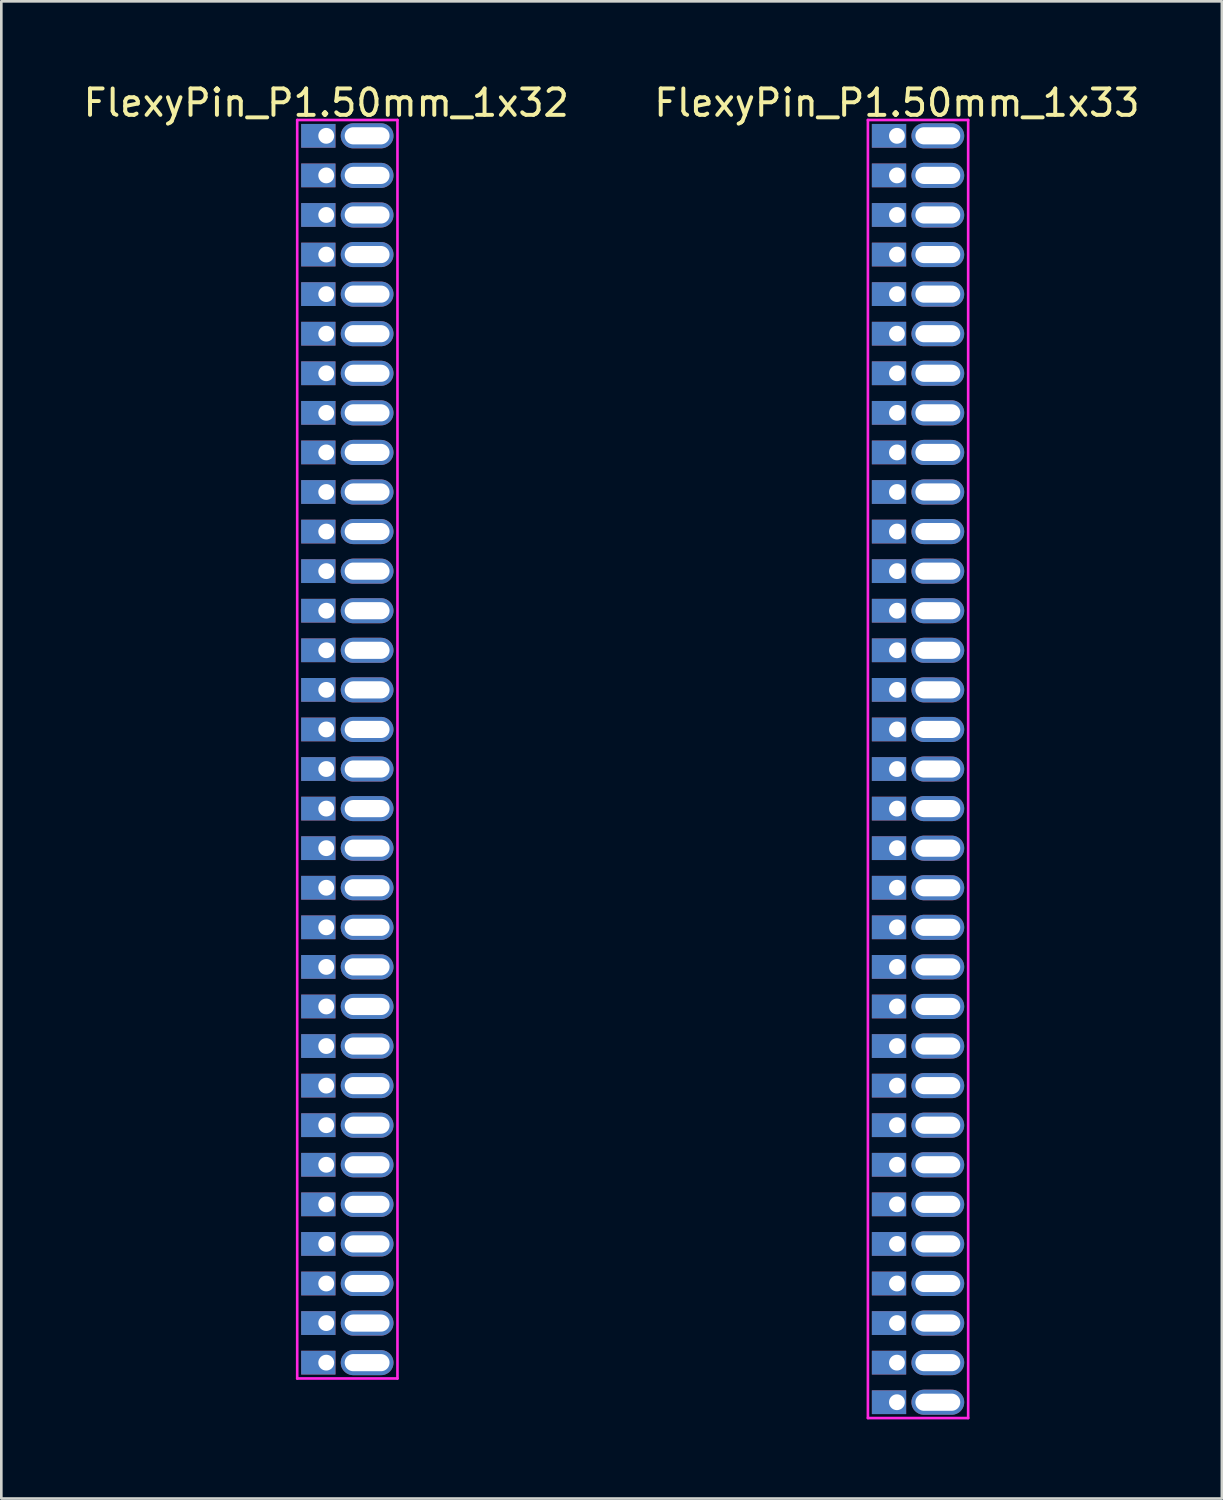
<source format=kicad_pcb>
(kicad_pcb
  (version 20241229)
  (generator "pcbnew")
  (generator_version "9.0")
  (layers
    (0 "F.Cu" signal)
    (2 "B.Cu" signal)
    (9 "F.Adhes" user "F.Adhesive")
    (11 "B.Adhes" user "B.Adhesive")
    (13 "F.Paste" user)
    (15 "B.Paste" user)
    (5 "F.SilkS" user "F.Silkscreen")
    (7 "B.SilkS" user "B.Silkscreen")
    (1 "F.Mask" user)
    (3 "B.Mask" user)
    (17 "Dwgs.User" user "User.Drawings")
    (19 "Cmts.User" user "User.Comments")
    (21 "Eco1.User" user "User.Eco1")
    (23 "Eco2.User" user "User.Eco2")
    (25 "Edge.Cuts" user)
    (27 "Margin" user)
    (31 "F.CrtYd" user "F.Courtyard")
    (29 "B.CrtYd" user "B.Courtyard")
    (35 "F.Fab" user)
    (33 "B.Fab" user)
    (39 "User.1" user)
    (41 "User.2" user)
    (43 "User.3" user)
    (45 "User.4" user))
  (footprint "FlexyPin_P1.50mm_1x32"
    (layer "F.Cu")
    (at 9.315 2.098)
    (property "Reference" "FlexyPin_P1.50mm_1x32" (at 0 -1.25 0) (layer "F.SilkS") (effects (font (size 1 1) (thickness 0.15))))
    (attr through_hole)
    (fp_line (start -1.1 -0.6) (end 2.7 -0.6) (stroke (width 0.1) (type solid)) (layer "F.CrtYd"))
    (fp_line (start -1.1 47.1) (end -1.1 -0.6) (stroke (width 0.1) (type solid)) (layer "F.CrtYd"))
    (fp_line (start 2.7 -0.6) (end 2.7 47.1) (stroke (width 0.1) (type solid)) (layer "F.CrtYd"))
    (fp_line (start 2.7 47.1) (end -1.1 47.1) (stroke (width 0.1) (type solid)) (layer "F.CrtYd"))
    (pad "" thru_hole oval (at 1.55 0) (size 2 0.95) (drill oval 1.7 0.65) (layers "*.Cu" "*.Mask"))
    (pad "" thru_hole oval (at 1.55 1.5) (size 2 0.95) (drill oval 1.7 0.65) (layers "*.Cu" "*.Mask"))
    (pad "" thru_hole oval (at 1.55 3) (size 2 0.95) (drill oval 1.7 0.65) (layers "*.Cu" "*.Mask"))
    (pad "" thru_hole oval (at 1.55 4.5) (size 2 0.95) (drill oval 1.7 0.65) (layers "*.Cu" "*.Mask"))
    (pad "" thru_hole oval (at 1.55 6) (size 2 0.95) (drill oval 1.7 0.65) (layers "*.Cu" "*.Mask"))
    (pad "" thru_hole oval (at 1.55 7.5) (size 2 0.95) (drill oval 1.7 0.65) (layers "*.Cu" "*.Mask"))
    (pad "" thru_hole oval (at 1.55 9) (size 2 0.95) (drill oval 1.7 0.65) (layers "*.Cu" "*.Mask"))
    (pad "" thru_hole oval (at 1.55 10.5) (size 2 0.95) (drill oval 1.7 0.65) (layers "*.Cu" "*.Mask"))
    (pad "" thru_hole oval (at 1.55 12) (size 2 0.95) (drill oval 1.7 0.65) (layers "*.Cu" "*.Mask"))
    (pad "" thru_hole oval (at 1.55 13.5) (size 2 0.95) (drill oval 1.7 0.65) (layers "*.Cu" "*.Mask"))
    (pad "" thru_hole oval (at 1.55 15) (size 2 0.95) (drill oval 1.7 0.65) (layers "*.Cu" "*.Mask"))
    (pad "" thru_hole oval (at 1.55 16.5) (size 2 0.95) (drill oval 1.7 0.65) (layers "*.Cu" "*.Mask"))
    (pad "" thru_hole oval (at 1.55 18) (size 2 0.95) (drill oval 1.7 0.65) (layers "*.Cu" "*.Mask"))
    (pad "" thru_hole oval (at 1.55 19.5) (size 2 0.95) (drill oval 1.7 0.65) (layers "*.Cu" "*.Mask"))
    (pad "" thru_hole oval (at 1.55 21) (size 2 0.95) (drill oval 1.7 0.65) (layers "*.Cu" "*.Mask"))
    (pad "" thru_hole oval (at 1.55 22.5) (size 2 0.95) (drill oval 1.7 0.65) (layers "*.Cu" "*.Mask"))
    (pad "" thru_hole oval (at 1.55 24) (size 2 0.95) (drill oval 1.7 0.65) (layers "*.Cu" "*.Mask"))
    (pad "" thru_hole oval (at 1.55 25.5) (size 2 0.95) (drill oval 1.7 0.65) (layers "*.Cu" "*.Mask"))
    (pad "" thru_hole oval (at 1.55 27) (size 2 0.95) (drill oval 1.7 0.65) (layers "*.Cu" "*.Mask"))
    (pad "" thru_hole oval (at 1.55 28.5) (size 2 0.95) (drill oval 1.7 0.65) (layers "*.Cu" "*.Mask"))
    (pad "" thru_hole oval (at 1.55 30) (size 2 0.95) (drill oval 1.7 0.65) (layers "*.Cu" "*.Mask"))
    (pad "" thru_hole oval (at 1.55 31.5) (size 2 0.95) (drill oval 1.7 0.65) (layers "*.Cu" "*.Mask"))
    (pad "" thru_hole oval (at 1.55 33) (size 2 0.95) (drill oval 1.7 0.65) (layers "*.Cu" "*.Mask"))
    (pad "" thru_hole oval (at 1.55 34.5) (size 2 0.95) (drill oval 1.7 0.65) (layers "*.Cu" "*.Mask"))
    (pad "" thru_hole oval (at 1.55 36) (size 2 0.95) (drill oval 1.7 0.65) (layers "*.Cu" "*.Mask"))
    (pad "" thru_hole oval (at 1.55 37.5) (size 2 0.95) (drill oval 1.7 0.65) (layers "*.Cu" "*.Mask"))
    (pad "" thru_hole oval (at 1.55 39) (size 2 0.95) (drill oval 1.7 0.65) (layers "*.Cu" "*.Mask"))
    (pad "" thru_hole oval (at 1.55 40.5) (size 2 0.95) (drill oval 1.7 0.65) (layers "*.Cu" "*.Mask"))
    (pad "" thru_hole oval (at 1.55 42) (size 2 0.95) (drill oval 1.7 0.65) (layers "*.Cu" "*.Mask"))
    (pad "" thru_hole oval (at 1.55 43.5) (size 2 0.95) (drill oval 1.7 0.65) (layers "*.Cu" "*.Mask"))
    (pad "" thru_hole oval (at 1.55 45) (size 2 0.95) (drill oval 1.7 0.65) (layers "*.Cu" "*.Mask"))
    (pad "" thru_hole oval (at 1.55 46.5) (size 2 0.95) (drill oval 1.7 0.65) (layers "*.Cu" "*.Mask"))
    (pad "1" thru_hole rect (at 0 0) (size 1.3 0.9) (drill 0.6 (offset -0.3 0)) (layers "*.Cu" "*.Mask"))
    (pad "2" thru_hole rect (at 0 1.5) (size 1.3 0.9) (drill 0.6 (offset -0.3 0)) (layers "*.Cu" "*.Mask"))
    (pad "3" thru_hole rect (at 0 3) (size 1.3 0.9) (drill 0.6 (offset -0.3 0)) (layers "*.Cu" "*.Mask"))
    (pad "4" thru_hole rect (at 0 4.5) (size 1.3 0.9) (drill 0.6 (offset -0.3 0)) (layers "*.Cu" "*.Mask"))
    (pad "5" thru_hole rect (at 0 6) (size 1.3 0.9) (drill 0.6 (offset -0.3 0)) (layers "*.Cu" "*.Mask"))
    (pad "6" thru_hole rect (at 0 7.5) (size 1.3 0.9) (drill 0.6 (offset -0.3 0)) (layers "*.Cu" "*.Mask"))
    (pad "7" thru_hole rect (at 0 9) (size 1.3 0.9) (drill 0.6 (offset -0.3 0)) (layers "*.Cu" "*.Mask"))
    (pad "8" thru_hole rect (at 0 10.5) (size 1.3 0.9) (drill 0.6 (offset -0.3 0)) (layers "*.Cu" "*.Mask"))
    (pad "9" thru_hole rect (at 0 12) (size 1.3 0.9) (drill 0.6 (offset -0.3 0)) (layers "*.Cu" "*.Mask"))
    (pad "10" thru_hole rect (at 0 13.5) (size 1.3 0.9) (drill 0.6 (offset -0.3 0)) (layers "*.Cu" "*.Mask"))
    (pad "11" thru_hole rect (at 0 15) (size 1.3 0.9) (drill 0.6 (offset -0.3 0)) (layers "*.Cu" "*.Mask"))
    (pad "12" thru_hole rect (at 0 16.5) (size 1.3 0.9) (drill 0.6 (offset -0.3 0)) (layers "*.Cu" "*.Mask"))
    (pad "13" thru_hole rect (at 0 18) (size 1.3 0.9) (drill 0.6 (offset -0.3 0)) (layers "*.Cu" "*.Mask"))
    (pad "14" thru_hole rect (at 0 19.5) (size 1.3 0.9) (drill 0.6 (offset -0.3 0)) (layers "*.Cu" "*.Mask"))
    (pad "15" thru_hole rect (at 0 21) (size 1.3 0.9) (drill 0.6 (offset -0.3 0)) (layers "*.Cu" "*.Mask"))
    (pad "16" thru_hole rect (at 0 22.5) (size 1.3 0.9) (drill 0.6 (offset -0.3 0)) (layers "*.Cu" "*.Mask"))
    (pad "17" thru_hole rect (at 0 24) (size 1.3 0.9) (drill 0.6 (offset -0.3 0)) (layers "*.Cu" "*.Mask"))
    (pad "18" thru_hole rect (at 0 25.5) (size 1.3 0.9) (drill 0.6 (offset -0.3 0)) (layers "*.Cu" "*.Mask"))
    (pad "19" thru_hole rect (at 0 27) (size 1.3 0.9) (drill 0.6 (offset -0.3 0)) (layers "*.Cu" "*.Mask"))
    (pad "20" thru_hole rect (at 0 28.5) (size 1.3 0.9) (drill 0.6 (offset -0.3 0)) (layers "*.Cu" "*.Mask"))
    (pad "21" thru_hole rect (at 0 30) (size 1.3 0.9) (drill 0.6 (offset -0.3 0)) (layers "*.Cu" "*.Mask"))
    (pad "22" thru_hole rect (at 0 31.5) (size 1.3 0.9) (drill 0.6 (offset -0.3 0)) (layers "*.Cu" "*.Mask"))
    (pad "23" thru_hole rect (at 0 33) (size 1.3 0.9) (drill 0.6 (offset -0.3 0)) (layers "*.Cu" "*.Mask"))
    (pad "24" thru_hole rect (at 0 34.5) (size 1.3 0.9) (drill 0.6 (offset -0.3 0)) (layers "*.Cu" "*.Mask"))
    (pad "25" thru_hole rect (at 0 36) (size 1.3 0.9) (drill 0.6 (offset -0.3 0)) (layers "*.Cu" "*.Mask"))
    (pad "26" thru_hole rect (at 0 37.5) (size 1.3 0.9) (drill 0.6 (offset -0.3 0)) (layers "*.Cu" "*.Mask"))
    (pad "27" thru_hole rect (at 0 39) (size 1.3 0.9) (drill 0.6 (offset -0.3 0)) (layers "*.Cu" "*.Mask"))
    (pad "28" thru_hole rect (at 0 40.5) (size 1.3 0.9) (drill 0.6 (offset -0.3 0)) (layers "*.Cu" "*.Mask"))
    (pad "29" thru_hole rect (at 0 42) (size 1.3 0.9) (drill 0.6 (offset -0.3 0)) (layers "*.Cu" "*.Mask"))
    (pad "30" thru_hole rect (at 0 43.5) (size 1.3 0.9) (drill 0.6 (offset -0.3 0)) (layers "*.Cu" "*.Mask"))
    (pad "31" thru_hole rect (at 0 45) (size 1.3 0.9) (drill 0.6 (offset -0.3 0)) (layers "*.Cu" "*.Mask"))
    (pad "32" thru_hole rect (at 0 46.5) (size 1.3 0.9) (drill 0.6 (offset -0.3 0)) (layers "*.Cu" "*.Mask")))
  (footprint "FlexyPin_P1.50mm_1x33"
    (layer "F.Cu")
    (at 30.946 2.098)
    (property "Reference" "FlexyPin_P1.50mm_1x33" (at 0 -1.25 0) (layer "F.SilkS") (effects (font (size 1 1) (thickness 0.15))))
    (attr through_hole)
    (fp_line (start -1.1 -0.6) (end 2.7 -0.6) (stroke (width 0.1) (type solid)) (layer "F.CrtYd"))
    (fp_line (start -1.1 48.6) (end -1.1 -0.6) (stroke (width 0.1) (type solid)) (layer "F.CrtYd"))
    (fp_line (start 2.7 -0.6) (end 2.7 48.6) (stroke (width 0.1) (type solid)) (layer "F.CrtYd"))
    (fp_line (start 2.7 48.6) (end -1.1 48.6) (stroke (width 0.1) (type solid)) (layer "F.CrtYd"))
    (pad "" thru_hole oval (at 1.55 0) (size 2 0.95) (drill oval 1.7 0.65) (layers "*.Cu" "*.Mask"))
    (pad "" thru_hole oval (at 1.55 1.5) (size 2 0.95) (drill oval 1.7 0.65) (layers "*.Cu" "*.Mask"))
    (pad "" thru_hole oval (at 1.55 3) (size 2 0.95) (drill oval 1.7 0.65) (layers "*.Cu" "*.Mask"))
    (pad "" thru_hole oval (at 1.55 4.5) (size 2 0.95) (drill oval 1.7 0.65) (layers "*.Cu" "*.Mask"))
    (pad "" thru_hole oval (at 1.55 6) (size 2 0.95) (drill oval 1.7 0.65) (layers "*.Cu" "*.Mask"))
    (pad "" thru_hole oval (at 1.55 7.5) (size 2 0.95) (drill oval 1.7 0.65) (layers "*.Cu" "*.Mask"))
    (pad "" thru_hole oval (at 1.55 9) (size 2 0.95) (drill oval 1.7 0.65) (layers "*.Cu" "*.Mask"))
    (pad "" thru_hole oval (at 1.55 10.5) (size 2 0.95) (drill oval 1.7 0.65) (layers "*.Cu" "*.Mask"))
    (pad "" thru_hole oval (at 1.55 12) (size 2 0.95) (drill oval 1.7 0.65) (layers "*.Cu" "*.Mask"))
    (pad "" thru_hole oval (at 1.55 13.5) (size 2 0.95) (drill oval 1.7 0.65) (layers "*.Cu" "*.Mask"))
    (pad "" thru_hole oval (at 1.55 15) (size 2 0.95) (drill oval 1.7 0.65) (layers "*.Cu" "*.Mask"))
    (pad "" thru_hole oval (at 1.55 16.5) (size 2 0.95) (drill oval 1.7 0.65) (layers "*.Cu" "*.Mask"))
    (pad "" thru_hole oval (at 1.55 18) (size 2 0.95) (drill oval 1.7 0.65) (layers "*.Cu" "*.Mask"))
    (pad "" thru_hole oval (at 1.55 19.5) (size 2 0.95) (drill oval 1.7 0.65) (layers "*.Cu" "*.Mask"))
    (pad "" thru_hole oval (at 1.55 21) (size 2 0.95) (drill oval 1.7 0.65) (layers "*.Cu" "*.Mask"))
    (pad "" thru_hole oval (at 1.55 22.5) (size 2 0.95) (drill oval 1.7 0.65) (layers "*.Cu" "*.Mask"))
    (pad "" thru_hole oval (at 1.55 24) (size 2 0.95) (drill oval 1.7 0.65) (layers "*.Cu" "*.Mask"))
    (pad "" thru_hole oval (at 1.55 25.5) (size 2 0.95) (drill oval 1.7 0.65) (layers "*.Cu" "*.Mask"))
    (pad "" thru_hole oval (at 1.55 27) (size 2 0.95) (drill oval 1.7 0.65) (layers "*.Cu" "*.Mask"))
    (pad "" thru_hole oval (at 1.55 28.5) (size 2 0.95) (drill oval 1.7 0.65) (layers "*.Cu" "*.Mask"))
    (pad "" thru_hole oval (at 1.55 30) (size 2 0.95) (drill oval 1.7 0.65) (layers "*.Cu" "*.Mask"))
    (pad "" thru_hole oval (at 1.55 31.5) (size 2 0.95) (drill oval 1.7 0.65) (layers "*.Cu" "*.Mask"))
    (pad "" thru_hole oval (at 1.55 33) (size 2 0.95) (drill oval 1.7 0.65) (layers "*.Cu" "*.Mask"))
    (pad "" thru_hole oval (at 1.55 34.5) (size 2 0.95) (drill oval 1.7 0.65) (layers "*.Cu" "*.Mask"))
    (pad "" thru_hole oval (at 1.55 36) (size 2 0.95) (drill oval 1.7 0.65) (layers "*.Cu" "*.Mask"))
    (pad "" thru_hole oval (at 1.55 37.5) (size 2 0.95) (drill oval 1.7 0.65) (layers "*.Cu" "*.Mask"))
    (pad "" thru_hole oval (at 1.55 39) (size 2 0.95) (drill oval 1.7 0.65) (layers "*.Cu" "*.Mask"))
    (pad "" thru_hole oval (at 1.55 40.5) (size 2 0.95) (drill oval 1.7 0.65) (layers "*.Cu" "*.Mask"))
    (pad "" thru_hole oval (at 1.55 42) (size 2 0.95) (drill oval 1.7 0.65) (layers "*.Cu" "*.Mask"))
    (pad "" thru_hole oval (at 1.55 43.5) (size 2 0.95) (drill oval 1.7 0.65) (layers "*.Cu" "*.Mask"))
    (pad "" thru_hole oval (at 1.55 45) (size 2 0.95) (drill oval 1.7 0.65) (layers "*.Cu" "*.Mask"))
    (pad "" thru_hole oval (at 1.55 46.5) (size 2 0.95) (drill oval 1.7 0.65) (layers "*.Cu" "*.Mask"))
    (pad "" thru_hole oval (at 1.55 48) (size 2 0.95) (drill oval 1.7 0.65) (layers "*.Cu" "*.Mask"))
    (pad "1" thru_hole rect (at 0 0) (size 1.3 0.9) (drill 0.6 (offset -0.3 0)) (layers "*.Cu" "*.Mask"))
    (pad "2" thru_hole rect (at 0 1.5) (size 1.3 0.9) (drill 0.6 (offset -0.3 0)) (layers "*.Cu" "*.Mask"))
    (pad "3" thru_hole rect (at 0 3) (size 1.3 0.9) (drill 0.6 (offset -0.3 0)) (layers "*.Cu" "*.Mask"))
    (pad "4" thru_hole rect (at 0 4.5) (size 1.3 0.9) (drill 0.6 (offset -0.3 0)) (layers "*.Cu" "*.Mask"))
    (pad "5" thru_hole rect (at 0 6) (size 1.3 0.9) (drill 0.6 (offset -0.3 0)) (layers "*.Cu" "*.Mask"))
    (pad "6" thru_hole rect (at 0 7.5) (size 1.3 0.9) (drill 0.6 (offset -0.3 0)) (layers "*.Cu" "*.Mask"))
    (pad "7" thru_hole rect (at 0 9) (size 1.3 0.9) (drill 0.6 (offset -0.3 0)) (layers "*.Cu" "*.Mask"))
    (pad "8" thru_hole rect (at 0 10.5) (size 1.3 0.9) (drill 0.6 (offset -0.3 0)) (layers "*.Cu" "*.Mask"))
    (pad "9" thru_hole rect (at 0 12) (size 1.3 0.9) (drill 0.6 (offset -0.3 0)) (layers "*.Cu" "*.Mask"))
    (pad "10" thru_hole rect (at 0 13.5) (size 1.3 0.9) (drill 0.6 (offset -0.3 0)) (layers "*.Cu" "*.Mask"))
    (pad "11" thru_hole rect (at 0 15) (size 1.3 0.9) (drill 0.6 (offset -0.3 0)) (layers "*.Cu" "*.Mask"))
    (pad "12" thru_hole rect (at 0 16.5) (size 1.3 0.9) (drill 0.6 (offset -0.3 0)) (layers "*.Cu" "*.Mask"))
    (pad "13" thru_hole rect (at 0 18) (size 1.3 0.9) (drill 0.6 (offset -0.3 0)) (layers "*.Cu" "*.Mask"))
    (pad "14" thru_hole rect (at 0 19.5) (size 1.3 0.9) (drill 0.6 (offset -0.3 0)) (layers "*.Cu" "*.Mask"))
    (pad "15" thru_hole rect (at 0 21) (size 1.3 0.9) (drill 0.6 (offset -0.3 0)) (layers "*.Cu" "*.Mask"))
    (pad "16" thru_hole rect (at 0 22.5) (size 1.3 0.9) (drill 0.6 (offset -0.3 0)) (layers "*.Cu" "*.Mask"))
    (pad "17" thru_hole rect (at 0 24) (size 1.3 0.9) (drill 0.6 (offset -0.3 0)) (layers "*.Cu" "*.Mask"))
    (pad "18" thru_hole rect (at 0 25.5) (size 1.3 0.9) (drill 0.6 (offset -0.3 0)) (layers "*.Cu" "*.Mask"))
    (pad "19" thru_hole rect (at 0 27) (size 1.3 0.9) (drill 0.6 (offset -0.3 0)) (layers "*.Cu" "*.Mask"))
    (pad "20" thru_hole rect (at 0 28.5) (size 1.3 0.9) (drill 0.6 (offset -0.3 0)) (layers "*.Cu" "*.Mask"))
    (pad "21" thru_hole rect (at 0 30) (size 1.3 0.9) (drill 0.6 (offset -0.3 0)) (layers "*.Cu" "*.Mask"))
    (pad "22" thru_hole rect (at 0 31.5) (size 1.3 0.9) (drill 0.6 (offset -0.3 0)) (layers "*.Cu" "*.Mask"))
    (pad "23" thru_hole rect (at 0 33) (size 1.3 0.9) (drill 0.6 (offset -0.3 0)) (layers "*.Cu" "*.Mask"))
    (pad "24" thru_hole rect (at 0 34.5) (size 1.3 0.9) (drill 0.6 (offset -0.3 0)) (layers "*.Cu" "*.Mask"))
    (pad "25" thru_hole rect (at 0 36) (size 1.3 0.9) (drill 0.6 (offset -0.3 0)) (layers "*.Cu" "*.Mask"))
    (pad "26" thru_hole rect (at 0 37.5) (size 1.3 0.9) (drill 0.6 (offset -0.3 0)) (layers "*.Cu" "*.Mask"))
    (pad "27" thru_hole rect (at 0 39) (size 1.3 0.9) (drill 0.6 (offset -0.3 0)) (layers "*.Cu" "*.Mask"))
    (pad "28" thru_hole rect (at 0 40.5) (size 1.3 0.9) (drill 0.6 (offset -0.3 0)) (layers "*.Cu" "*.Mask"))
    (pad "29" thru_hole rect (at 0 42) (size 1.3 0.9) (drill 0.6 (offset -0.3 0)) (layers "*.Cu" "*.Mask"))
    (pad "30" thru_hole rect (at 0 43.5) (size 1.3 0.9) (drill 0.6 (offset -0.3 0)) (layers "*.Cu" "*.Mask"))
    (pad "31" thru_hole rect (at 0 45) (size 1.3 0.9) (drill 0.6 (offset -0.3 0)) (layers "*.Cu" "*.Mask"))
    (pad "32" thru_hole rect (at 0 46.5) (size 1.3 0.9) (drill 0.6 (offset -0.3 0)) (layers "*.Cu" "*.Mask"))
    (pad "33" thru_hole rect (at 0 48) (size 1.3 0.9) (drill 0.6 (offset -0.3 0)) (layers "*.Cu" "*.Mask")))
  (gr_rect
    (start -3 -3)
    (end 43.262 53.748)
    (stroke (width 0.1) (type default))
    (fill no)
    (layer "Edge.Cuts")))
</source>
